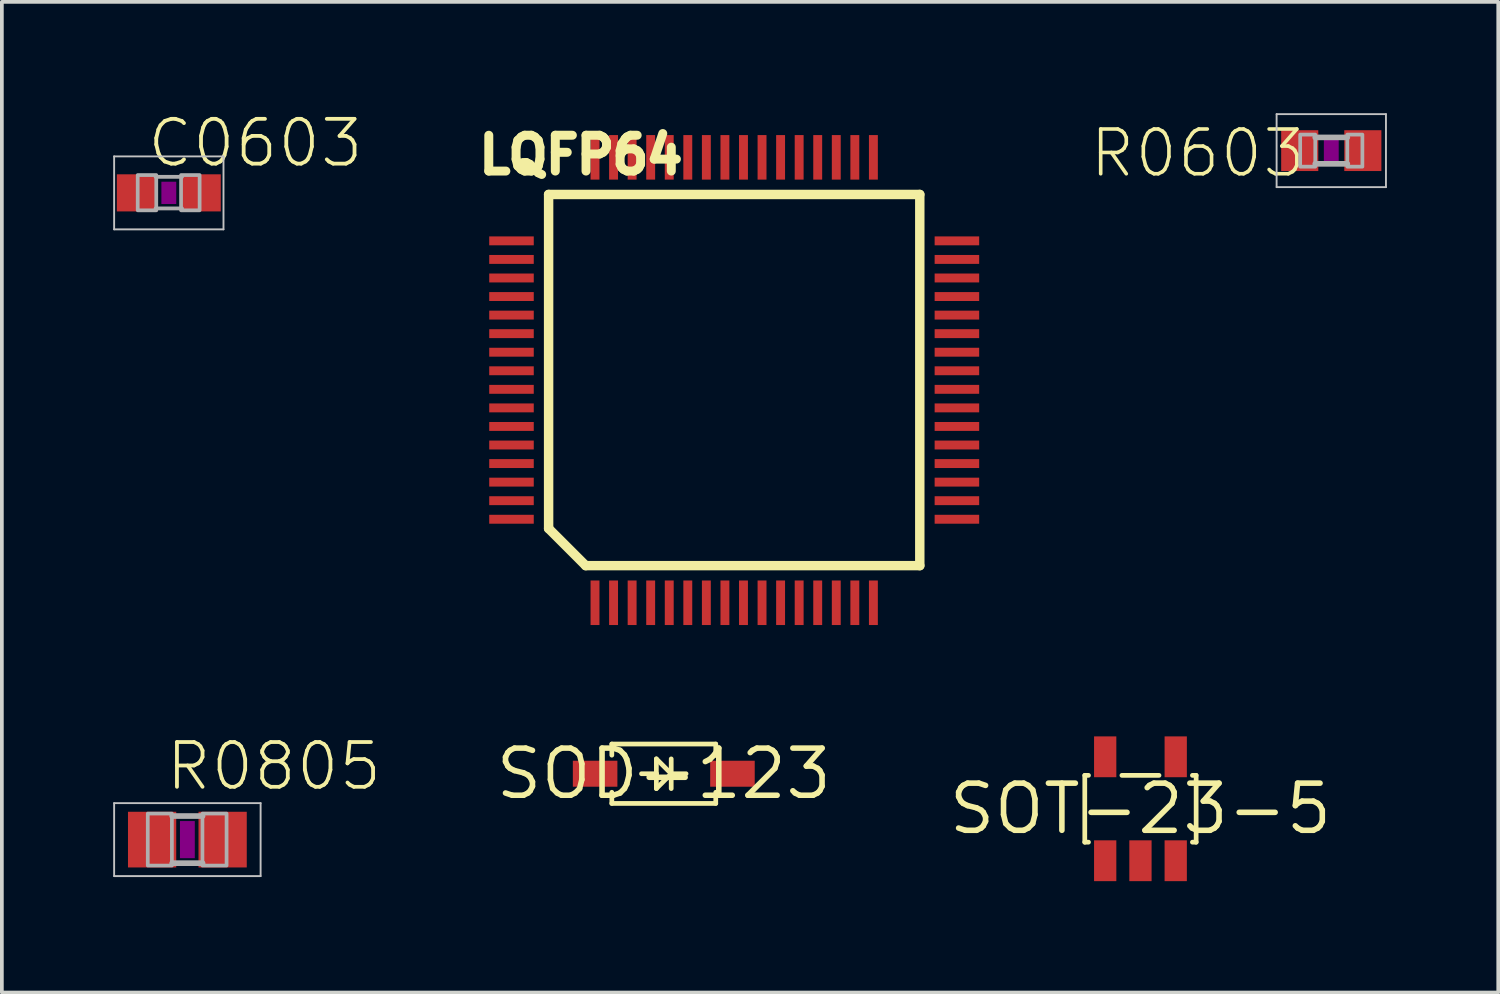
<source format=kicad_pcb>
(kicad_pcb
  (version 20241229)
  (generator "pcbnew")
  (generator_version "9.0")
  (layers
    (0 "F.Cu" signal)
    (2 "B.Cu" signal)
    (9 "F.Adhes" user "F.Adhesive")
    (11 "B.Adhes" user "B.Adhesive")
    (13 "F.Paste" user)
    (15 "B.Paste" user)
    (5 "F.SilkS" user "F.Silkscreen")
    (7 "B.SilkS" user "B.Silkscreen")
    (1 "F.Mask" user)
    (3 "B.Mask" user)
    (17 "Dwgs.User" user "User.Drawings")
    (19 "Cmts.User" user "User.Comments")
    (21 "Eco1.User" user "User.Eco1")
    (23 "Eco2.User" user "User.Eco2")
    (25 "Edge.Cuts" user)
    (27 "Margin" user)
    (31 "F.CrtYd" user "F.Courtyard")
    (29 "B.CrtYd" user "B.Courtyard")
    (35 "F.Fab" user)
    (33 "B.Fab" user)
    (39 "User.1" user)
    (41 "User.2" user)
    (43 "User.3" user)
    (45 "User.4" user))
  (footprint "R0805"
    (layer "F.Cu")
    (at 1.998 19.57)
    (property "Reference" "R0805" (at -0.635 -1.27 0) (layer "F.SilkS") (effects (font (size 1.206 1.206) (thickness 0.102)) (justify left bottom)))
    (attr through_hole)
    (fp_poly (pts (xy -0.2 0.5) (xy 0.2 0.5) (xy 0.2 -0.5) (xy -0.2 -0.5)) (stroke (width 0) (type solid)) (fill yes) (layer "F.Adhes"))
    (fp_line (start -1.973 -0.983) (end 1.973 -0.983) (stroke (width 0.051) (type solid)) (layer "Dwgs.User"))
    (fp_line (start -1.973 0.983) (end -1.973 -0.983) (stroke (width 0.051) (type solid)) (layer "Dwgs.User"))
    (fp_line (start 1.973 -0.983) (end 1.973 0.983) (stroke (width 0.051) (type solid)) (layer "Dwgs.User"))
    (fp_line (start 1.973 0.983) (end -1.973 0.983) (stroke (width 0.051) (type solid)) (layer "Dwgs.User"))
    (fp_line (start -0.41 -0.635) (end 0.41 -0.635) (stroke (width 0.152) (type solid)) (layer "F.Fab"))
    (fp_line (start -0.41 0.635) (end 0.41 0.635) (stroke (width 0.152) (type solid)) (layer "F.Fab"))
    (fp_poly (pts (xy -1.067 0.699) (xy -0.417 0.699) (xy -0.417 -0.702) (xy -1.067 -0.702)) (stroke (width 0.1) (type solid)) (fill no) (layer "F.Fab"))
    (fp_poly (pts (xy 0.406 0.699) (xy 1.056 0.699) (xy 1.056 -0.702) (xy 0.406 -0.702)) (stroke (width 0.1) (type solid)) (fill no) (layer "F.Fab"))
    (pad "1" smd rect (at -0.95 0) (size 1.3 1.5) (layers "F.Cu" "F.Mask" "F.Paste"))
    (pad "2" smd rect (at 0.95 0) (size 1.3 1.5) (layers "F.Cu" "F.Mask" "F.Paste")))
  (footprint "LQFP64"
    (layer "F.Cu")
    (at 16.73 7.189)
    (property "Reference" "LQFP64" (at -7 -5.5 0) (layer "F.SilkS") (effects (font (size 0.965 0.965) (thickness 0.254)) (justify left bottom)))
    (attr through_hole)
    (fp_line (start -5 -5) (end 5 -5) (stroke (width 0.254) (type solid)) (layer "F.SilkS"))
    (fp_line (start -5 4) (end -5 -5) (stroke (width 0.254) (type solid)) (layer "F.SilkS"))
    (fp_line (start -5 4) (end -4 5) (stroke (width 0.254) (type solid)) (layer "F.SilkS"))
    (fp_line (start 5 -5) (end 5 5) (stroke (width 0.254) (type solid)) (layer "F.SilkS"))
    (fp_line (start 5 5) (end -4 5) (stroke (width 0.254) (type solid)) (layer "F.SilkS"))
    (pad "1" smd rect (at -3.75 6 90) (size 1.2 0.24) (layers "F.Cu" "F.Mask" "F.Paste"))
    (pad "2" smd rect (at -3.25 6 90) (size 1.2 0.24) (layers "F.Cu" "F.Mask" "F.Paste"))
    (pad "3" smd rect (at -2.75 6 90) (size 1.2 0.24) (layers "F.Cu" "F.Mask" "F.Paste"))
    (pad "4" smd rect (at -2.25 6 90) (size 1.2 0.24) (layers "F.Cu" "F.Mask" "F.Paste"))
    (pad "5" smd rect (at -1.75 6 90) (size 1.2 0.24) (layers "F.Cu" "F.Mask" "F.Paste"))
    (pad "6" smd rect (at -1.25 6 90) (size 1.2 0.24) (layers "F.Cu" "F.Mask" "F.Paste"))
    (pad "7" smd rect (at -0.75 6 90) (size 1.2 0.24) (layers "F.Cu" "F.Mask" "F.Paste"))
    (pad "8" smd rect (at -0.25 6 90) (size 1.2 0.24) (layers "F.Cu" "F.Mask" "F.Paste"))
    (pad "9" smd rect (at 0.25 6 90) (size 1.2 0.24) (layers "F.Cu" "F.Mask" "F.Paste"))
    (pad "10" smd rect (at 0.75 6 90) (size 1.2 0.24) (layers "F.Cu" "F.Mask" "F.Paste"))
    (pad "11" smd rect (at 1.25 6 90) (size 1.2 0.24) (layers "F.Cu" "F.Mask" "F.Paste"))
    (pad "12" smd rect (at 1.75 6 90) (size 1.2 0.24) (layers "F.Cu" "F.Mask" "F.Paste"))
    (pad "13" smd rect (at 2.25 6 90) (size 1.2 0.24) (layers "F.Cu" "F.Mask" "F.Paste"))
    (pad "14" smd rect (at 2.75 6 90) (size 1.2 0.24) (layers "F.Cu" "F.Mask" "F.Paste"))
    (pad "15" smd rect (at 3.25 6 90) (size 1.2 0.24) (layers "F.Cu" "F.Mask" "F.Paste"))
    (pad "16" smd rect (at 3.75 6 90) (size 1.2 0.24) (layers "F.Cu" "F.Mask" "F.Paste"))
    (pad "17" smd rect (at 6 3.75 180) (size 1.2 0.24) (layers "F.Cu" "F.Mask" "F.Paste"))
    (pad "18" smd rect (at 6 3.25 180) (size 1.2 0.24) (layers "F.Cu" "F.Mask" "F.Paste"))
    (pad "19" smd rect (at 6 2.75 180) (size 1.2 0.24) (layers "F.Cu" "F.Mask" "F.Paste"))
    (pad "20" smd rect (at 6 2.25 180) (size 1.2 0.24) (layers "F.Cu" "F.Mask" "F.Paste"))
    (pad "21" smd rect (at 6 1.75 180) (size 1.2 0.24) (layers "F.Cu" "F.Mask" "F.Paste"))
    (pad "22" smd rect (at 6 1.25 180) (size 1.2 0.24) (layers "F.Cu" "F.Mask" "F.Paste"))
    (pad "23" smd rect (at 6 0.75 180) (size 1.2 0.24) (layers "F.Cu" "F.Mask" "F.Paste"))
    (pad "24" smd rect (at 6 0.25 180) (size 1.2 0.24) (layers "F.Cu" "F.Mask" "F.Paste"))
    (pad "25" smd rect (at 6 -0.25 180) (size 1.2 0.24) (layers "F.Cu" "F.Mask" "F.Paste"))
    (pad "26" smd rect (at 6 -0.75 180) (size 1.2 0.24) (layers "F.Cu" "F.Mask" "F.Paste"))
    (pad "27" smd rect (at 6 -1.25 180) (size 1.2 0.24) (layers "F.Cu" "F.Mask" "F.Paste"))
    (pad "28" smd rect (at 6 -1.75 180) (size 1.2 0.24) (layers "F.Cu" "F.Mask" "F.Paste"))
    (pad "29" smd rect (at 6 -2.25 180) (size 1.2 0.24) (layers "F.Cu" "F.Mask" "F.Paste"))
    (pad "30" smd rect (at 6 -2.75 180) (size 1.2 0.24) (layers "F.Cu" "F.Mask" "F.Paste"))
    (pad "31" smd rect (at 6 -3.25 180) (size 1.2 0.24) (layers "F.Cu" "F.Mask" "F.Paste"))
    (pad "32" smd rect (at 6 -3.75 180) (size 1.2 0.24) (layers "F.Cu" "F.Mask" "F.Paste"))
    (pad "33" smd rect (at 3.75 -6 270) (size 1.2 0.24) (layers "F.Cu" "F.Mask" "F.Paste"))
    (pad "34" smd rect (at 3.25 -6 270) (size 1.2 0.24) (layers "F.Cu" "F.Mask" "F.Paste"))
    (pad "35" smd rect (at 2.75 -6 270) (size 1.2 0.24) (layers "F.Cu" "F.Mask" "F.Paste"))
    (pad "36" smd rect (at 2.25 -6 270) (size 1.2 0.24) (layers "F.Cu" "F.Mask" "F.Paste"))
    (pad "37" smd rect (at 1.75 -6 270) (size 1.2 0.24) (layers "F.Cu" "F.Mask" "F.Paste"))
    (pad "38" smd rect (at 1.25 -6 270) (size 1.2 0.24) (layers "F.Cu" "F.Mask" "F.Paste"))
    (pad "39" smd rect (at 0.75 -6 270) (size 1.2 0.24) (layers "F.Cu" "F.Mask" "F.Paste"))
    (pad "40" smd rect (at 0.25 -6 270) (size 1.2 0.24) (layers "F.Cu" "F.Mask" "F.Paste"))
    (pad "41" smd rect (at -0.25 -6 270) (size 1.2 0.24) (layers "F.Cu" "F.Mask" "F.Paste"))
    (pad "42" smd rect (at -0.75 -6 270) (size 1.2 0.24) (layers "F.Cu" "F.Mask" "F.Paste"))
    (pad "43" smd rect (at -1.25 -6 270) (size 1.2 0.24) (layers "F.Cu" "F.Mask" "F.Paste"))
    (pad "44" smd rect (at -1.75 -6 270) (size 1.2 0.24) (layers "F.Cu" "F.Mask" "F.Paste"))
    (pad "45" smd rect (at -2.25 -6 270) (size 1.2 0.24) (layers "F.Cu" "F.Mask" "F.Paste"))
    (pad "46" smd rect (at -2.75 -6 270) (size 1.2 0.24) (layers "F.Cu" "F.Mask" "F.Paste"))
    (pad "47" smd rect (at -3.25 -6 270) (size 1.2 0.24) (layers "F.Cu" "F.Mask" "F.Paste"))
    (pad "48" smd rect (at -3.75 -6 270) (size 1.2 0.24) (layers "F.Cu" "F.Mask" "F.Paste"))
    (pad "49" smd rect (at -6 -3.75) (size 1.2 0.24) (layers "F.Cu" "F.Mask" "F.Paste"))
    (pad "50" smd rect (at -6 -3.25) (size 1.2 0.24) (layers "F.Cu" "F.Mask" "F.Paste"))
    (pad "51" smd rect (at -6 -2.75) (size 1.2 0.24) (layers "F.Cu" "F.Mask" "F.Paste"))
    (pad "52" smd rect (at -6 -2.25) (size 1.2 0.24) (layers "F.Cu" "F.Mask" "F.Paste"))
    (pad "53" smd rect (at -6 -1.75) (size 1.2 0.24) (layers "F.Cu" "F.Mask" "F.Paste"))
    (pad "54" smd rect (at -6 -1.25) (size 1.2 0.24) (layers "F.Cu" "F.Mask" "F.Paste"))
    (pad "55" smd rect (at -6 -0.75) (size 1.2 0.24) (layers "F.Cu" "F.Mask" "F.Paste"))
    (pad "56" smd rect (at -6 -0.25) (size 1.2 0.24) (layers "F.Cu" "F.Mask" "F.Paste"))
    (pad "57" smd rect (at -6 0.25) (size 1.2 0.24) (layers "F.Cu" "F.Mask" "F.Paste"))
    (pad "58" smd rect (at -6 0.75) (size 1.2 0.24) (layers "F.Cu" "F.Mask" "F.Paste"))
    (pad "59" smd rect (at -6 1.25) (size 1.2 0.24) (layers "F.Cu" "F.Mask" "F.Paste"))
    (pad "60" smd rect (at -6 1.75) (size 1.2 0.24) (layers "F.Cu" "F.Mask" "F.Paste"))
    (pad "61" smd rect (at -6 2.25) (size 1.2 0.24) (layers "F.Cu" "F.Mask" "F.Paste"))
    (pad "62" smd rect (at -6 2.75) (size 1.2 0.24) (layers "F.Cu" "F.Mask" "F.Paste"))
    (pad "63" smd rect (at -6 3.25) (size 1.2 0.24) (layers "F.Cu" "F.Mask" "F.Paste"))
    (pad "64" smd rect (at -6 3.75) (size 1.2 0.24) (layers "F.Cu" "F.Mask" "F.Paste")))
  (footprint "SOT-23-5"
    (layer "F.Cu")
    (at 27.675 18.739)
    (property "Reference" "SOT-23-5" (at 0 0 0) (layer "F.SilkS") (effects (font (size 1.27 1.27) (thickness 0.15))))
    (attr through_hole)
    (fp_line (start -1.5 -0.9) (end -1.4 -0.9) (stroke (width 0.127) (type solid)) (layer "F.SilkS"))
    (fp_line (start -1.5 0.9) (end -1.5 -0.9) (stroke (width 0.127) (type solid)) (layer "F.SilkS"))
    (fp_line (start -1.4 0.9) (end -1.5 0.9) (stroke (width 0.127) (type solid)) (layer "F.SilkS"))
    (fp_line (start -0.5 -0.9) (end 0.5 -0.9) (stroke (width 0.127) (type solid)) (layer "F.SilkS"))
    (fp_line (start 1.4 -0.9) (end 1.5 -0.9) (stroke (width 0.127) (type solid)) (layer "F.SilkS"))
    (fp_line (start 1.5 -0.9) (end 1.5 0.9) (stroke (width 0.127) (type solid)) (layer "F.SilkS"))
    (fp_line (start 1.5 0.9) (end 1.4 0.9) (stroke (width 0.127) (type solid)) (layer "F.SilkS"))
    (pad "P$1" smd rect (at -0.95 1.4) (size 0.6 1.1) (layers "F.Cu" "F.Mask" "F.Paste"))
    (pad "P$2" smd rect (at 0 1.4) (size 0.6 1.1) (layers "F.Cu" "F.Mask" "F.Paste"))
    (pad "P$3" smd rect (at 0.95 1.4) (size 0.6 1.1) (layers "F.Cu" "F.Mask" "F.Paste"))
    (pad "P$4" smd rect (at 0.95 -1.4) (size 0.6 1.1) (layers "F.Cu" "F.Mask" "F.Paste"))
    (pad "P$5" smd rect (at -0.95 -1.4) (size 0.6 1.1) (layers "F.Cu" "F.Mask" "F.Paste")))
  (footprint "R0603"
    (layer "F.Cu")
    (at 32.816 1.008)
    (property "Reference" "R0603" (at -0.635 -0.635 180) (layer "F.SilkS") (effects (font (size 1.206 1.206) (thickness 0.097)) (justify right top)))
    (attr through_hole)
    (fp_poly (pts (xy -0.2 0.4) (xy 0.2 0.4) (xy 0.2 -0.4) (xy -0.2 -0.4)) (stroke (width 0) (type solid)) (fill yes) (layer "F.Adhes"))
    (fp_line (start -1.473 -0.983) (end 1.473 -0.983) (stroke (width 0.051) (type solid)) (layer "Dwgs.User"))
    (fp_line (start -1.473 0.983) (end -1.473 -0.983) (stroke (width 0.051) (type solid)) (layer "Dwgs.User"))
    (fp_line (start 1.473 -0.983) (end 1.473 0.983) (stroke (width 0.051) (type solid)) (layer "Dwgs.User"))
    (fp_line (start 1.473 0.983) (end -1.473 0.983) (stroke (width 0.051) (type solid)) (layer "Dwgs.User"))
    (fp_line (start -0.432 0.356) (end 0.432 0.356) (stroke (width 0.152) (type solid)) (layer "F.Fab"))
    (fp_line (start 0.432 -0.356) (end -0.432 -0.356) (stroke (width 0.152) (type solid)) (layer "F.Fab"))
    (fp_poly (pts (xy -0.838 0.432) (xy -0.432 0.432) (xy -0.432 -0.432) (xy -0.838 -0.432)) (stroke (width 0.1) (type solid)) (fill no) (layer "F.Fab"))
    (fp_poly (pts (xy 0.432 0.432) (xy 0.838 0.432) (xy 0.838 -0.432) (xy 0.432 -0.432)) (stroke (width 0.1) (type solid)) (fill no) (layer "F.Fab"))
    (pad "1" smd rect (at -0.85 0) (size 1 1.1) (layers "F.Cu" "F.Mask" "F.Paste"))
    (pad "2" smd rect (at 0.85 0) (size 1 1.1) (layers "F.Cu" "F.Mask" "F.Paste")))
  (footprint "C0603"
    (layer "F.Cu")
    (at 1.498 2.146)
    (property "Reference" "C0603" (at -0.635 -0.635 0) (layer "F.SilkS") (effects (font (size 1.206 1.206) (thickness 0.102)) (justify left bottom)))
    (attr through_hole)
    (fp_poly (pts (xy -0.2 0.3) (xy 0.2 0.3) (xy 0.2 -0.3) (xy -0.2 -0.3)) (stroke (width 0) (type solid)) (fill yes) (layer "F.Adhes"))
    (fp_line (start -1.473 -0.983) (end 1.473 -0.983) (stroke (width 0.051) (type solid)) (layer "Dwgs.User"))
    (fp_line (start -1.473 0.983) (end -1.473 -0.983) (stroke (width 0.051) (type solid)) (layer "Dwgs.User"))
    (fp_line (start 1.473 -0.983) (end 1.473 0.983) (stroke (width 0.051) (type solid)) (layer "Dwgs.User"))
    (fp_line (start 1.473 0.983) (end -1.473 0.983) (stroke (width 0.051) (type solid)) (layer "Dwgs.User"))
    (fp_line (start -0.356 -0.432) (end 0.356 -0.432) (stroke (width 0.102) (type solid)) (layer "F.Fab"))
    (fp_line (start -0.356 0.419) (end 0.356 0.419) (stroke (width 0.102) (type solid)) (layer "F.Fab"))
    (fp_poly (pts (xy -0.838 0.47) (xy -0.338 0.47) (xy -0.338 -0.48) (xy -0.838 -0.48)) (stroke (width 0.1) (type solid)) (fill no) (layer "F.Fab"))
    (fp_poly (pts (xy 0.33 0.47) (xy 0.83 0.47) (xy 0.83 -0.48) (xy 0.33 -0.48)) (stroke (width 0.1) (type solid)) (fill no) (layer "F.Fab"))
    (pad "1" smd rect (at -0.85 0) (size 1.1 1) (layers "F.Cu" "F.Mask" "F.Paste"))
    (pad "2" smd rect (at 0.85 0) (size 1.1 1) (layers "F.Cu" "F.Mask" "F.Paste")))
  (footprint "SOD-123"
    (layer "F.Cu")
    (at 14.833 17.795)
    (property "Reference" "SOD-123" (at 0 0 0) (layer "F.SilkS") (effects (font (size 1.27 1.27) (thickness 0.15))))
    (attr through_hole)
    (fp_line (start -1.4 -0.8) (end -1.4 -0.5) (stroke (width 0.127) (type solid)) (layer "F.SilkS"))
    (fp_line (start -1.4 -0.8) (end 1.4 -0.8) (stroke (width 0.127) (type solid)) (layer "F.SilkS"))
    (fp_line (start -1.4 0.5) (end -1.4 0.8) (stroke (width 0.127) (type solid)) (layer "F.SilkS"))
    (fp_line (start -1.4 0.8) (end 1.4 0.8) (stroke (width 0.127) (type solid)) (layer "F.SilkS"))
    (fp_line (start -0.2 -0.4) (end -0.2 0) (stroke (width 0.127) (type solid)) (layer "F.SilkS"))
    (fp_line (start -0.2 0) (end -0.6 0) (stroke (width 0.127) (type solid)) (layer "F.SilkS"))
    (fp_line (start -0.2 0) (end -0.2 0.4) (stroke (width 0.127) (type solid)) (layer "F.SilkS"))
    (fp_line (start -0.2 0.4) (end 0.2 0) (stroke (width 0.127) (type solid)) (layer "F.SilkS"))
    (fp_line (start 0.2 -0.4) (end 0.2 0) (stroke (width 0.127) (type solid)) (layer "F.SilkS"))
    (fp_line (start 0.2 0) (end -0.2 -0.4) (stroke (width 0.127) (type solid)) (layer "F.SilkS"))
    (fp_line (start 0.2 0) (end 0.2 0.4) (stroke (width 0.127) (type solid)) (layer "F.SilkS"))
    (fp_line (start 0.2 0) (end 0.6 0) (stroke (width 0.127) (type solid)) (layer "F.SilkS"))
    (fp_line (start 1.4 -0.8) (end 1.4 -0.5) (stroke (width 0.127) (type solid)) (layer "F.SilkS"))
    (fp_line (start 1.4 0.8) (end 1.4 0.5) (stroke (width 0.127) (type solid)) (layer "F.SilkS"))
    (pad "A" smd rect (at -1.85 0) (size 1.2 0.7) (layers "F.Cu" "F.Mask" "F.Paste"))
    (pad "K" smd rect (at 1.85 0) (size 1.2 0.7) (layers "F.Cu" "F.Mask" "F.Paste")))
  (gr_rect
    (start -3 -3)
    (end 37.314 23.689)
    (stroke (width 0.1) (type default))
    (fill no)
    (layer "Edge.Cuts")))
</source>
